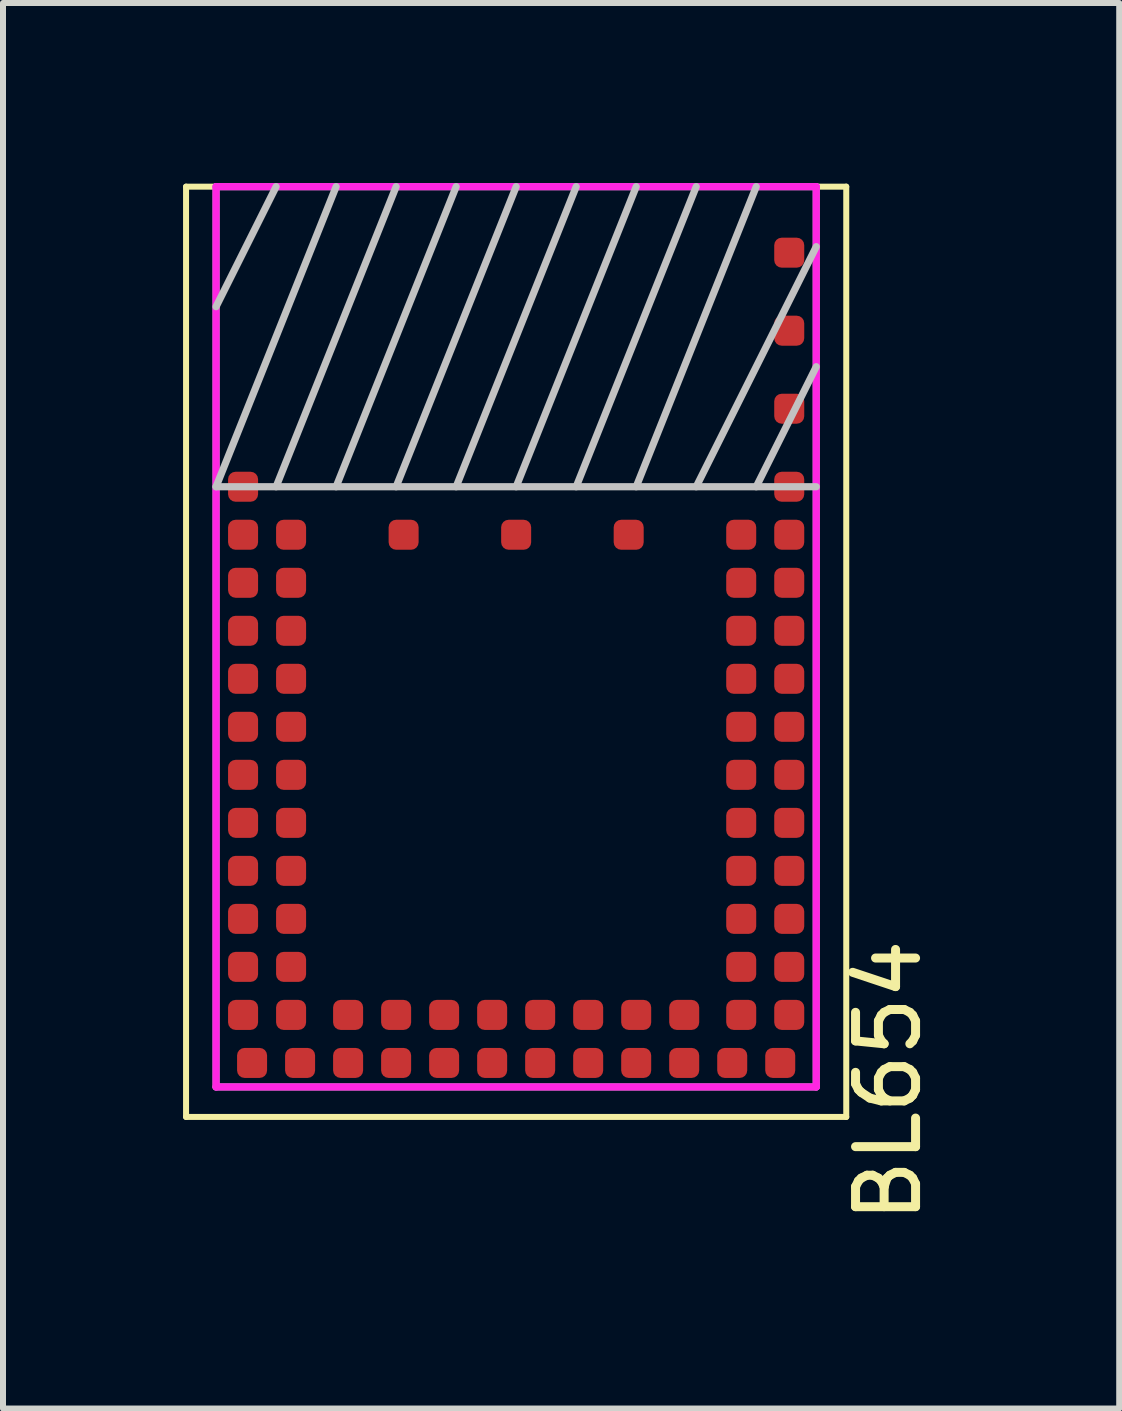
<source format=kicad_pcb>
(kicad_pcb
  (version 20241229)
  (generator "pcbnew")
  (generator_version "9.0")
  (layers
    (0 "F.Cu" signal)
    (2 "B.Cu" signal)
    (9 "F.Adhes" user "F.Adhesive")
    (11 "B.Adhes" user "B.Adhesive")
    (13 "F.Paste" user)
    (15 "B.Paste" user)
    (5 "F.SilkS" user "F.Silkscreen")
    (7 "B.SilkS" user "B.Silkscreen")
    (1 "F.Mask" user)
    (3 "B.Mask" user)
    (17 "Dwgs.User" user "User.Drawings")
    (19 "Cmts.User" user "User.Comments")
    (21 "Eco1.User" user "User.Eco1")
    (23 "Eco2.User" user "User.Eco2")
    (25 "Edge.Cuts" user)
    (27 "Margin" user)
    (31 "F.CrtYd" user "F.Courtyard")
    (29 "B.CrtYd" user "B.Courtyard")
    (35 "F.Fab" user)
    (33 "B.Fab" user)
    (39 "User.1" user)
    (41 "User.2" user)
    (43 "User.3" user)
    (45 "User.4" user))
  (footprint "BL654"
    (layer "F.Cu")
    (at 5.55 5.06)
    (property "Reference" "BL654" (at 6.2 9.9 90) (layer "F.SilkS") (effects (font (size 1 1) (thickness 0.15))))
    (attr through_hole)
    (fp_line (start -5.5 -5) (end 5.5 -5) (stroke (width 0.1) (type solid)) (layer "F.SilkS"))
    (fp_line (start -5.5 10.5) (end -5.5 -5) (stroke (width 0.1) (type solid)) (layer "F.SilkS"))
    (fp_line (start 5.5 -5) (end 5.5 10.5) (stroke (width 0.1) (type solid)) (layer "F.SilkS"))
    (fp_line (start 5.5 10.5) (end -5.5 10.5) (stroke (width 0.1) (type solid)) (layer "F.SilkS"))
    (fp_line (start -5 -3) (end -4 -5) (stroke (width 0.12) (type solid)) (layer "Dwgs.User"))
    (fp_line (start -5 0) (end -3 -5) (stroke (width 0.12) (type solid)) (layer "Dwgs.User"))
    (fp_line (start -4 0) (end -2 -5) (stroke (width 0.12) (type solid)) (layer "Dwgs.User"))
    (fp_line (start -3 0) (end -1 -5) (stroke (width 0.12) (type solid)) (layer "Dwgs.User"))
    (fp_line (start -2 0) (end 0 -5) (stroke (width 0.12) (type solid)) (layer "Dwgs.User"))
    (fp_line (start -1 0) (end 1 -5) (stroke (width 0.12) (type solid)) (layer "Dwgs.User"))
    (fp_line (start 0 0) (end 2 -5) (stroke (width 0.12) (type solid)) (layer "Dwgs.User"))
    (fp_line (start 1 0) (end 3 -5) (stroke (width 0.12) (type solid)) (layer "Dwgs.User"))
    (fp_line (start 2 0) (end 4 -5) (stroke (width 0.12) (type solid)) (layer "Dwgs.User"))
    (fp_line (start 3 0) (end 5 -4) (stroke (width 0.12) (type solid)) (layer "Dwgs.User"))
    (fp_line (start 4 0) (end 5 -2) (stroke (width 0.12) (type solid)) (layer "Dwgs.User"))
    (fp_line (start 5 0) (end -5 0) (stroke (width 0.12) (type solid)) (layer "Dwgs.User"))
    (fp_line (start -5 -5) (end 5 -5) (stroke (width 0.12) (type solid)) (layer "F.CrtYd"))
    (fp_line (start -5 10) (end -5 -5) (stroke (width 0.12) (type solid)) (layer "F.CrtYd"))
    (fp_line (start 5 -5) (end 5 10) (stroke (width 0.12) (type solid)) (layer "F.CrtYd"))
    (fp_line (start 5 10) (end -5 10) (stroke (width 0.12) (type solid)) (layer "F.CrtYd"))
    (fp_line (start -5 -5) (end 5 -5) (stroke (width 0.12) (type solid)) (layer "F.Fab"))
    (fp_line (start -5 10) (end -5 -5) (stroke (width 0.12) (type solid)) (layer "F.Fab"))
    (fp_line (start 5 -5) (end 5 10) (stroke (width 0.12) (type solid)) (layer "F.Fab"))
    (fp_line (start 5 10) (end -5 10) (stroke (width 0.12) (type solid)) (layer "F.Fab"))
    (pad "0" smd roundrect (at 4.55 0) (size 0.5 0.5) (layers "F.Cu" "F.Mask" "F.Paste") (roundrect_rratio 0.25))
    (pad "1" smd roundrect (at 4.55 0.8) (size 0.5 0.5) (layers "F.Cu" "F.Mask" "F.Paste") (roundrect_rratio 0.25))
    (pad "2" smd roundrect (at 3.75 0.8) (size 0.5 0.5) (layers "F.Cu" "F.Mask" "F.Paste") (roundrect_rratio 0.25))
    (pad "3" smd roundrect (at 4.55 1.6) (size 0.5 0.5) (layers "F.Cu" "F.Mask" "F.Paste") (roundrect_rratio 0.25))
    (pad "4" smd roundrect (at 3.75 1.6) (size 0.5 0.5) (layers "F.Cu" "F.Mask" "F.Paste") (roundrect_rratio 0.25))
    (pad "5" smd roundrect (at 4.55 2.4) (size 0.5 0.5) (layers "F.Cu" "F.Mask" "F.Paste") (roundrect_rratio 0.25))
    (pad "6" smd roundrect (at 3.75 2.4) (size 0.5 0.5) (layers "F.Cu" "F.Mask" "F.Paste") (roundrect_rratio 0.25))
    (pad "7" smd roundrect (at 4.55 3.2) (size 0.5 0.5) (layers "F.Cu" "F.Mask" "F.Paste") (roundrect_rratio 0.25))
    (pad "8" smd roundrect (at 3.75 3.2) (size 0.5 0.5) (layers "F.Cu" "F.Mask" "F.Paste") (roundrect_rratio 0.25))
    (pad "9" smd roundrect (at 4.55 4) (size 0.5 0.5) (layers "F.Cu" "F.Mask" "F.Paste") (roundrect_rratio 0.25))
    (pad "10" smd roundrect (at 3.75 4) (size 0.5 0.5) (layers "F.Cu" "F.Mask" "F.Paste") (roundrect_rratio 0.25))
    (pad "11" smd roundrect (at 4.55 4.8) (size 0.5 0.5) (layers "F.Cu" "F.Mask" "F.Paste") (roundrect_rratio 0.25))
    (pad "12" smd roundrect (at 3.75 4.8) (size 0.5 0.5) (layers "F.Cu" "F.Mask" "F.Paste") (roundrect_rratio 0.25))
    (pad "13" smd roundrect (at 4.55 5.6) (size 0.5 0.5) (layers "F.Cu" "F.Mask" "F.Paste") (roundrect_rratio 0.25))
    (pad "14" smd roundrect (at 3.75 5.6) (size 0.5 0.5) (layers "F.Cu" "F.Mask" "F.Paste") (roundrect_rratio 0.25))
    (pad "15" smd roundrect (at 4.55 6.4) (size 0.5 0.5) (layers "F.Cu" "F.Mask" "F.Paste") (roundrect_rratio 0.25))
    (pad "16" smd roundrect (at 3.75 6.4) (size 0.5 0.5) (layers "F.Cu" "F.Mask" "F.Paste") (roundrect_rratio 0.25))
    (pad "17" smd roundrect (at 4.55 7.2) (size 0.5 0.5) (layers "F.Cu" "F.Mask" "F.Paste") (roundrect_rratio 0.25))
    (pad "18" smd roundrect (at 3.75 7.2) (size 0.5 0.5) (layers "F.Cu" "F.Mask" "F.Paste") (roundrect_rratio 0.25))
    (pad "19" smd roundrect (at 4.55 8) (size 0.5 0.5) (layers "F.Cu" "F.Mask" "F.Paste") (roundrect_rratio 0.25))
    (pad "20" smd roundrect (at 3.75 8) (size 0.5 0.5) (layers "F.Cu" "F.Mask" "F.Paste") (roundrect_rratio 0.25))
    (pad "21" smd roundrect (at 4.55 8.8) (size 0.5 0.5) (layers "F.Cu" "F.Mask" "F.Paste") (roundrect_rratio 0.25))
    (pad "22" smd roundrect (at 3.75 8.8) (size 0.5 0.5) (layers "F.Cu" "F.Mask" "F.Paste") (roundrect_rratio 0.25))
    (pad "23" smd roundrect (at 4.4 9.6) (size 0.5 0.5) (layers "F.Cu" "F.Mask" "F.Paste") (roundrect_rratio 0.25))
    (pad "24" smd roundrect (at 3.6 9.6) (size 0.5 0.5) (layers "F.Cu" "F.Mask" "F.Paste") (roundrect_rratio 0.25))
    (pad "25" smd roundrect (at 2.8 9.6) (size 0.5 0.5) (layers "F.Cu" "F.Mask" "F.Paste") (roundrect_rratio 0.25))
    (pad "26" smd roundrect (at 2.8 8.8) (size 0.5 0.5) (layers "F.Cu" "F.Mask" "F.Paste") (roundrect_rratio 0.25))
    (pad "27" smd roundrect (at 2 9.6) (size 0.5 0.5) (layers "F.Cu" "F.Mask" "F.Paste") (roundrect_rratio 0.25))
    (pad "28" smd roundrect (at 2 8.8) (size 0.5 0.5) (layers "F.Cu" "F.Mask" "F.Paste") (roundrect_rratio 0.25))
    (pad "29" smd roundrect (at 1.2 9.6) (size 0.5 0.5) (layers "F.Cu" "F.Mask" "F.Paste") (roundrect_rratio 0.25))
    (pad "30" smd roundrect (at 1.2 8.8) (size 0.5 0.5) (layers "F.Cu" "F.Mask" "F.Paste") (roundrect_rratio 0.25))
    (pad "31" smd roundrect (at 0.4 9.6) (size 0.5 0.5) (layers "F.Cu" "F.Mask" "F.Paste") (roundrect_rratio 0.25))
    (pad "32" smd roundrect (at 0.4 8.8) (size 0.5 0.5) (layers "F.Cu" "F.Mask" "F.Paste") (roundrect_rratio 0.25))
    (pad "33" smd roundrect (at -0.4 9.6) (size 0.5 0.5) (layers "F.Cu" "F.Mask" "F.Paste") (roundrect_rratio 0.25))
    (pad "34" smd roundrect (at -0.4 8.8) (size 0.5 0.5) (layers "F.Cu" "F.Mask" "F.Paste") (roundrect_rratio 0.25))
    (pad "35" smd roundrect (at -1.2 9.6) (size 0.5 0.5) (layers "F.Cu" "F.Mask" "F.Paste") (roundrect_rratio 0.25))
    (pad "36" smd roundrect (at -1.2 8.8) (size 0.5 0.5) (layers "F.Cu" "F.Mask" "F.Paste") (roundrect_rratio 0.25))
    (pad "37" smd roundrect (at -2 9.6) (size 0.5 0.5) (layers "F.Cu" "F.Mask" "F.Paste") (roundrect_rratio 0.25))
    (pad "38" smd roundrect (at -2 8.8) (size 0.5 0.5) (layers "F.Cu" "F.Mask" "F.Paste") (roundrect_rratio 0.25))
    (pad "39" smd roundrect (at -2.8 9.6) (size 0.5 0.5) (layers "F.Cu" "F.Mask" "F.Paste") (roundrect_rratio 0.25))
    (pad "40" smd roundrect (at -2.8 8.8) (size 0.5 0.5) (layers "F.Cu" "F.Mask" "F.Paste") (roundrect_rratio 0.25))
    (pad "41" smd roundrect (at -3.6 9.6) (size 0.5 0.5) (layers "F.Cu" "F.Mask" "F.Paste") (roundrect_rratio 0.25))
    (pad "42" smd roundrect (at -4.4 9.6) (size 0.5 0.5) (layers "F.Cu" "F.Mask" "F.Paste") (roundrect_rratio 0.25))
    (pad "43" smd roundrect (at -4.55 8.8) (size 0.5 0.5) (layers "F.Cu" "F.Mask" "F.Paste") (roundrect_rratio 0.25))
    (pad "44" smd roundrect (at -3.75 8.8) (size 0.5 0.5) (layers "F.Cu" "F.Mask" "F.Paste") (roundrect_rratio 0.25))
    (pad "45" smd roundrect (at -4.55 8) (size 0.5 0.5) (layers "F.Cu" "F.Mask" "F.Paste") (roundrect_rratio 0.25))
    (pad "46" smd roundrect (at -3.75 8) (size 0.5 0.5) (layers "F.Cu" "F.Mask" "F.Paste") (roundrect_rratio 0.25))
    (pad "47" smd roundrect (at -4.55 7.2) (size 0.5 0.5) (layers "F.Cu" "F.Mask" "F.Paste") (roundrect_rratio 0.25))
    (pad "48" smd roundrect (at -3.75 7.2) (size 0.5 0.5) (layers "F.Cu" "F.Mask" "F.Paste") (roundrect_rratio 0.25))
    (pad "49" smd roundrect (at -4.55 6.4) (size 0.5 0.5) (layers "F.Cu" "F.Mask" "F.Paste") (roundrect_rratio 0.25))
    (pad "50" smd roundrect (at -3.75 6.4) (size 0.5 0.5) (layers "F.Cu" "F.Mask" "F.Paste") (roundrect_rratio 0.25))
    (pad "51" smd roundrect (at -4.55 5.6) (size 0.5 0.5) (layers "F.Cu" "F.Mask" "F.Paste") (roundrect_rratio 0.25))
    (pad "52" smd roundrect (at -3.75 5.6) (size 0.5 0.5) (layers "F.Cu" "F.Mask" "F.Paste") (roundrect_rratio 0.25))
    (pad "53" smd roundrect (at -4.55 4.8) (size 0.5 0.5) (layers "F.Cu" "F.Mask" "F.Paste") (roundrect_rratio 0.25))
    (pad "54" smd roundrect (at -3.75 4.8) (size 0.5 0.5) (layers "F.Cu" "F.Mask" "F.Paste") (roundrect_rratio 0.25))
    (pad "55" smd roundrect (at -4.55 4) (size 0.5 0.5) (layers "F.Cu" "F.Mask" "F.Paste") (roundrect_rratio 0.25))
    (pad "56" smd roundrect (at -3.75 4) (size 0.5 0.5) (layers "F.Cu" "F.Mask" "F.Paste") (roundrect_rratio 0.25))
    (pad "57" smd roundrect (at -4.55 3.2) (size 0.5 0.5) (layers "F.Cu" "F.Mask" "F.Paste") (roundrect_rratio 0.25))
    (pad "58" smd roundrect (at -3.75 3.2) (size 0.5 0.5) (layers "F.Cu" "F.Mask" "F.Paste") (roundrect_rratio 0.25))
    (pad "59" smd roundrect (at -4.55 2.4) (size 0.5 0.5) (layers "F.Cu" "F.Mask" "F.Paste") (roundrect_rratio 0.25))
    (pad "60" smd roundrect (at -3.75 2.4) (size 0.5 0.5) (layers "F.Cu" "F.Mask" "F.Paste") (roundrect_rratio 0.25))
    (pad "61" smd roundrect (at -4.55 1.6) (size 0.5 0.5) (layers "F.Cu" "F.Mask" "F.Paste") (roundrect_rratio 0.25))
    (pad "62" smd roundrect (at -3.75 1.6) (size 0.5 0.5) (layers "F.Cu" "F.Mask" "F.Paste") (roundrect_rratio 0.25))
    (pad "63" smd roundrect (at -4.55 0.8) (size 0.5 0.5) (layers "F.Cu" "F.Mask" "F.Paste") (roundrect_rratio 0.25))
    (pad "64" smd roundrect (at -3.75 0.8) (size 0.5 0.5) (layers "F.Cu" "F.Mask" "F.Paste") (roundrect_rratio 0.25))
    (pad "65" smd roundrect (at -4.55 0) (size 0.5 0.5) (layers "F.Cu" "F.Mask" "F.Paste") (roundrect_rratio 0.25))
    (pad "66" smd roundrect (at 4.55 -1.3) (size 0.5 0.5) (layers "F.Cu" "F.Mask" "F.Paste") (roundrect_rratio 0.25))
    (pad "67" smd roundrect (at 4.55 -2.6) (size 0.5 0.5) (layers "F.Cu" "F.Mask" "F.Paste") (roundrect_rratio 0.25))
    (pad "68" smd roundrect (at 4.55 -3.9) (size 0.5 0.5) (layers "F.Cu" "F.Mask" "F.Paste") (roundrect_rratio 0.25))
    (pad "69" smd roundrect (at -1.875 0.8) (size 0.5 0.5) (layers "F.Cu" "F.Mask" "F.Paste") (roundrect_rratio 0.25))
    (pad "70" smd roundrect (at 0 0.8) (size 0.5 0.5) (layers "F.Cu" "F.Mask" "F.Paste") (roundrect_rratio 0.25))
    (pad "71" smd roundrect (at 1.875 0.8) (size 0.5 0.5) (layers "F.Cu" "F.Mask" "F.Paste") (roundrect_rratio 0.25)))
  (gr_rect
    (start -3 -3)
    (end 15.598 20.418)
    (stroke (width 0.1) (type default))
    (fill no)
    (layer "Edge.Cuts")))
</source>
